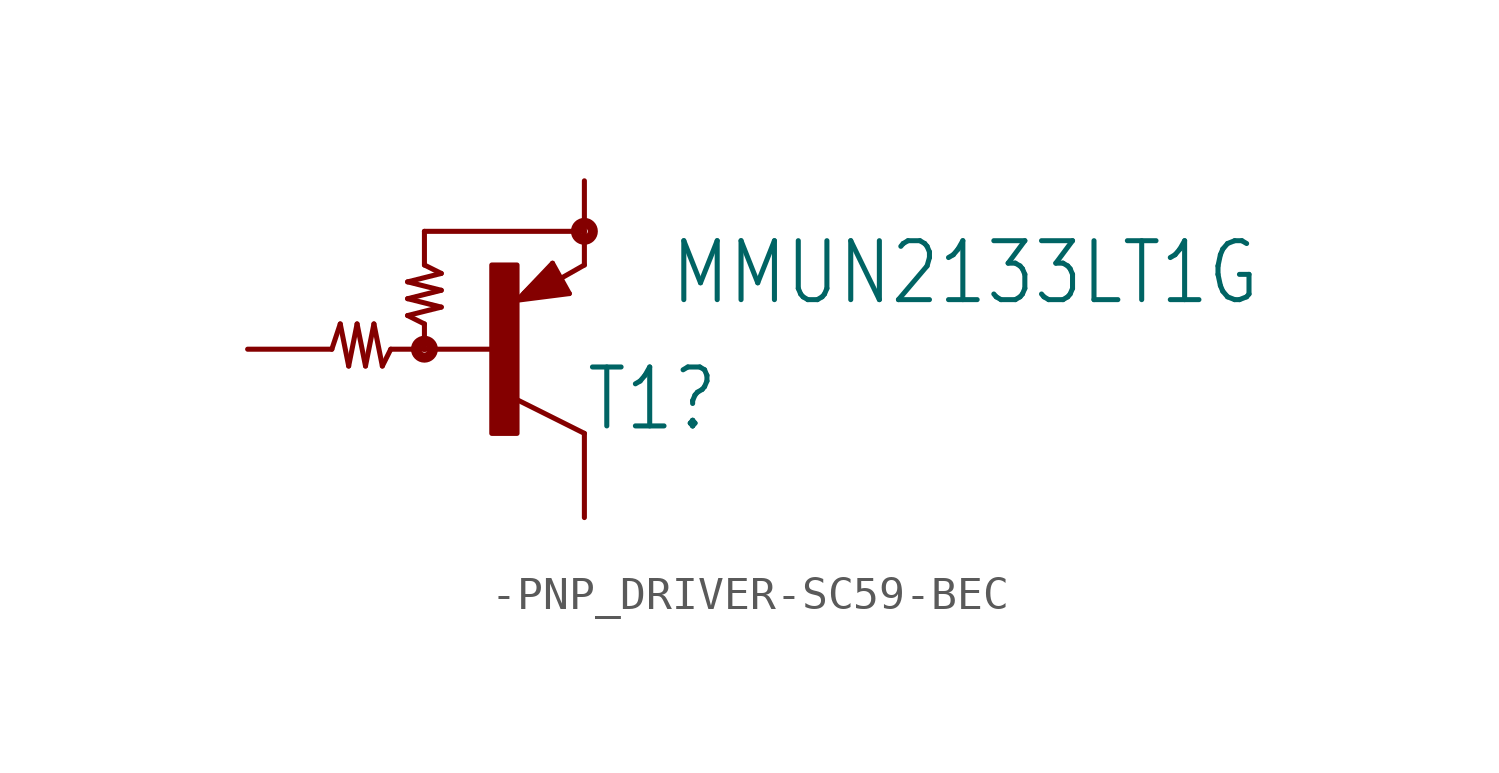
<source format=kicad_sym>
(kicad_symbol_lib
  (version 20220914)
  (generator kicad_symbol_editor)
  (symbol "-PNP_DRIVER-SC59-BEC"
    (property "Reference" "T1"
      (at 2.54 -2.54 0)
      (effects (font (size 1.778 1.511)) (justify left bottom)))
    (property "Value" "MMUN2133LT1G"
      (at 5.08 1.27 0)
      (effects (font (size 1.778 1.511)) (justify left bottom)))
    (property "ki_locked" ""
      (at 0 0 0)
      (effects (font (size 1.27 1.27))))
    (symbol "-PNP_DRIVER-SC59-BEC_1_0"
      (circle (center -2.286 0) (radius 0.254) (stroke (width 0.305) (type solid)) (fill (type none)))
      (rectangle (start -0.254 -2.54) (end 0.508 2.54) (stroke (width 0) (type default)) (fill (type outline)))
      (polyline (pts (xy -5.08 0) (xy -4.826 0.762)) (stroke (width 0.152) (type solid)) (fill (type none)))
      (polyline (pts (xy -4.826 0.762) (xy -4.572 -0.508)) (stroke (width 0.152) (type solid)) (fill (type none)))
      (polyline (pts (xy -4.572 -0.508) (xy -4.318 0.762)) (stroke (width 0.152) (type solid)) (fill (type none)))
      (polyline (pts (xy -4.318 0.762) (xy -4.064 -0.508)) (stroke (width 0.152) (type solid)) (fill (type none)))
      (polyline (pts (xy -4.064 -0.508) (xy -3.81 0.762)) (stroke (width 0.152) (type solid)) (fill (type none)))
      (polyline (pts (xy -3.81 0.762) (xy -3.556 -0.508)) (stroke (width 0.152) (type solid)) (fill (type none)))
      (polyline (pts (xy -3.556 -0.508) (xy -3.302 0)) (stroke (width 0.152) (type solid)) (fill (type none)))
      (polyline (pts (xy -3.302 0) (xy -2.286 0)) (stroke (width 0.152) (type solid)) (fill (type none)))
      (polyline (pts (xy -2.794 1.016) (xy -1.778 1.27)) (stroke (width 0.152) (type solid)) (fill (type none)))
      (polyline (pts (xy -2.794 1.524) (xy -1.778 1.778)) (stroke (width 0.152) (type solid)) (fill (type none)))
      (polyline (pts (xy -2.794 2.032) (xy -1.778 2.286)) (stroke (width 0.152) (type solid)) (fill (type none)))
      (polyline (pts (xy -2.286 0) (xy -2.286 0.762)) (stroke (width 0.152) (type solid)) (fill (type none)))
      (polyline (pts (xy -2.286 0) (xy -0.254 0)) (stroke (width 0.152) (type solid)) (fill (type none)))
      (polyline (pts (xy -2.286 0.762) (xy -2.794 1.016)) (stroke (width 0.152) (type solid)) (fill (type none)))
      (polyline (pts (xy -2.286 2.54) (xy -2.286 3.556)) (stroke (width 0.152) (type solid)) (fill (type none)))
      (polyline (pts (xy -2.286 3.556) (xy 2.54 3.556)) (stroke (width 0.152) (type solid)) (fill (type none)))
      (polyline (pts (xy -1.778 1.27) (xy -2.794 1.524)) (stroke (width 0.152) (type solid)) (fill (type none)))
      (polyline (pts (xy -1.778 1.778) (xy -2.794 2.032)) (stroke (width 0.152) (type solid)) (fill (type none)))
      (polyline (pts (xy -1.778 2.286) (xy -2.286 2.54)) (stroke (width 0.152) (type solid)) (fill (type none)))
      (polyline (pts (xy 0.516 1.478) (xy 2.086 1.678)) (stroke (width 0.152) (type solid)) (fill (type none)))
      (polyline (pts (xy 0.762 1.651) (xy 1.778 1.778)) (stroke (width 0.254) (type solid)) (fill (type none)))
      (polyline (pts (xy 1.143 1.905) (xy 1.524 1.905)) (stroke (width 0.254) (type solid)) (fill (type none)))
      (polyline (pts (xy 1.524 2.159) (xy 1.143 1.905)) (stroke (width 0.254) (type solid)) (fill (type none)))
      (polyline (pts (xy 1.524 2.413) (xy 0.762 1.651)) (stroke (width 0.254) (type solid)) (fill (type none)))
      (polyline (pts (xy 1.578 2.594) (xy 0.516 1.478)) (stroke (width 0.152) (type solid)) (fill (type none)))
      (polyline (pts (xy 1.778 1.778) (xy 1.524 2.159)) (stroke (width 0.254) (type solid)) (fill (type none)))
      (polyline (pts (xy 1.905 1.778) (xy 1.524 2.413)) (stroke (width 0.254) (type solid)) (fill (type none)))
      (polyline (pts (xy 2.086 1.678) (xy 1.578 2.594)) (stroke (width 0.152) (type solid)) (fill (type none)))
      (polyline (pts (xy 2.54 -2.54) (xy 0.508 -1.524)) (stroke (width 0.152) (type solid)) (fill (type none)))
      (polyline (pts (xy 2.54 2.54) (xy 1.808 2.124)) (stroke (width 0.152) (type solid)) (fill (type none)))
      (circle (center 2.54 3.556) (radius 0.254) (stroke (width 0.305) (type solid)) (fill (type none)))
      (pin passive line (at -7.62 0 0) (length 2.54) (name "B" (effects (font (size 0 0)))) (number "B" (effects (font (size 0 0)))))
      (pin passive line (at 2.54 -5.08 90) (length 2.54) (name "C" (effects (font (size 0 0)))) (number "C" (effects (font (size 0 0)))))
      (pin passive line (at 2.54 5.08 270) (length 2.54) (name "E" (effects (font (size 0 0)))) (number "E" (effects (font (size 0 0))))))))
</source>
